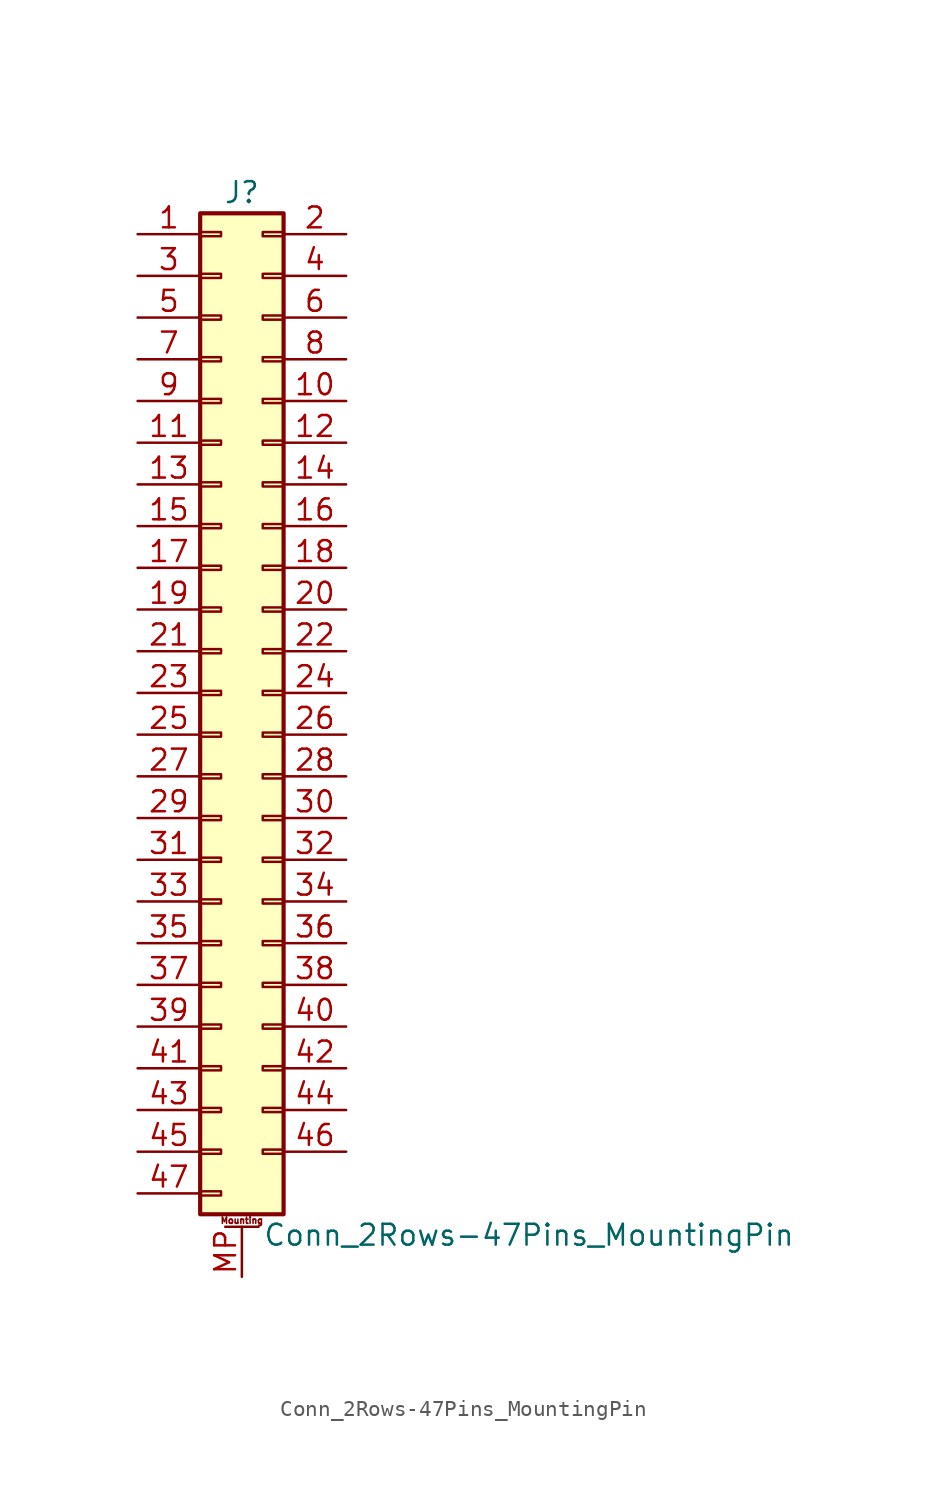
<source format=kicad_sym>
(kicad_symbol_lib
  (version 20200908)
  (generator kicad_symbol_editor)
  (symbol "Connector_Generic_MountingPin:Conn_2Rows-47Pins_MountingPin"
    (pin_names
      (offset 1.016) hide)
    (property "Reference" "J"
      (at 1.27 30.48 0)
      (effects (font (size 1.27 1.27))))
    (property "Value" "Conn_2Rows-47Pins_MountingPin"
      (at 2.54 -33.02 0)
      (effects (font (size 1.27 1.27)) (justify left)))
    (symbol "Conn_2Rows-47Pins_MountingPin_1_1"
      (text "Mounting" (at 1.27 -32.131 0) (effects (font (size 0.381 0.381))))
      (rectangle (start -1.27 -27.813) (end 0 -28.067) (stroke (width 0.152)) (fill (type none)))
      (rectangle (start -1.27 -30.353) (end 0 -30.607) (stroke (width 0.152)) (fill (type none)))
      (rectangle (start -1.27 -4.953) (end 0 -5.207) (stroke (width 0.152)) (fill (type none)))
      (rectangle (start -1.27 -7.493) (end 0 -7.747) (stroke (width 0.152)) (fill (type none)))
      (rectangle (start -1.27 -10.033) (end 0 -10.287) (stroke (width 0.152)) (fill (type none)))
      (rectangle (start -1.27 -12.573) (end 0 -12.827) (stroke (width 0.152)) (fill (type none)))
      (rectangle (start -1.27 -15.113) (end 0 -15.367) (stroke (width 0.152)) (fill (type none)))
      (rectangle (start -1.27 -17.653) (end 0 -17.907) (stroke (width 0.152)) (fill (type none)))
      (rectangle (start -1.27 -20.193) (end 0 -20.447) (stroke (width 0.152)) (fill (type none)))
      (rectangle (start -1.27 -22.733) (end 0 -22.987) (stroke (width 0.152)) (fill (type none)))
      (rectangle (start -1.27 -2.413) (end 0 -2.667) (stroke (width 0.152)) (fill (type none)))
      (rectangle (start -1.27 -25.273) (end 0 -25.527) (stroke (width 0.152)) (fill (type none)))
      (rectangle (start -1.27 25.527) (end 0 25.273) (stroke (width 0.152)) (fill (type none)))
      (rectangle (start -1.27 2.667) (end 0 2.413) (stroke (width 0.152)) (fill (type none)))
      (rectangle (start -1.27 28.067) (end 0 27.813) (stroke (width 0.152)) (fill (type none)))
      (rectangle (start -1.27 29.21) (end 3.81 -31.75) (stroke (width 0.254)) (fill (type background)))
      (rectangle (start -1.27 5.207) (end 0 4.953) (stroke (width 0.152)) (fill (type none)))
      (rectangle (start -1.27 7.747) (end 0 7.493) (stroke (width 0.152)) (fill (type none)))
      (rectangle (start -1.27 10.287) (end 0 10.033) (stroke (width 0.152)) (fill (type none)))
      (rectangle (start -1.27 0.127) (end 0 -0.127) (stroke (width 0.152)) (fill (type none)))
      (rectangle (start -1.27 12.827) (end 0 12.573) (stroke (width 0.152)) (fill (type none)))
      (rectangle (start -1.27 15.367) (end 0 15.113) (stroke (width 0.152)) (fill (type none)))
      (rectangle (start -1.27 17.907) (end 0 17.653) (stroke (width 0.152)) (fill (type none)))
      (rectangle (start -1.27 20.447) (end 0 20.193) (stroke (width 0.152)) (fill (type none)))
      (rectangle (start -1.27 22.987) (end 0 22.733) (stroke (width 0.152)) (fill (type none)))
      (rectangle (start 3.81 -27.813) (end 2.54 -28.067) (stroke (width 0.152)) (fill (type none)))
      (rectangle (start 3.81 -4.953) (end 2.54 -5.207) (stroke (width 0.152)) (fill (type none)))
      (rectangle (start 3.81 -7.493) (end 2.54 -7.747) (stroke (width 0.152)) (fill (type none)))
      (rectangle (start 3.81 -10.033) (end 2.54 -10.287) (stroke (width 0.152)) (fill (type none)))
      (rectangle (start 3.81 -12.573) (end 2.54 -12.827) (stroke (width 0.152)) (fill (type none)))
      (rectangle (start 3.81 -15.113) (end 2.54 -15.367) (stroke (width 0.152)) (fill (type none)))
      (rectangle (start 3.81 -17.653) (end 2.54 -17.907) (stroke (width 0.152)) (fill (type none)))
      (rectangle (start 3.81 -20.193) (end 2.54 -20.447) (stroke (width 0.152)) (fill (type none)))
      (rectangle (start 3.81 -22.733) (end 2.54 -22.987) (stroke (width 0.152)) (fill (type none)))
      (rectangle (start 3.81 -2.413) (end 2.54 -2.667) (stroke (width 0.152)) (fill (type none)))
      (rectangle (start 3.81 -25.273) (end 2.54 -25.527) (stroke (width 0.152)) (fill (type none)))
      (rectangle (start 3.81 25.527) (end 2.54 25.273) (stroke (width 0.152)) (fill (type none)))
      (rectangle (start 3.81 2.667) (end 2.54 2.413) (stroke (width 0.152)) (fill (type none)))
      (rectangle (start 3.81 28.067) (end 2.54 27.813) (stroke (width 0.152)) (fill (type none)))
      (rectangle (start 3.81 5.207) (end 2.54 4.953) (stroke (width 0.152)) (fill (type none)))
      (rectangle (start 3.81 7.747) (end 2.54 7.493) (stroke (width 0.152)) (fill (type none)))
      (rectangle (start 3.81 10.287) (end 2.54 10.033) (stroke (width 0.152)) (fill (type none)))
      (rectangle (start 3.81 0.127) (end 2.54 -0.127) (stroke (width 0.152)) (fill (type none)))
      (rectangle (start 3.81 12.827) (end 2.54 12.573) (stroke (width 0.152)) (fill (type none)))
      (rectangle (start 3.81 15.367) (end 2.54 15.113) (stroke (width 0.152)) (fill (type none)))
      (rectangle (start 3.81 17.907) (end 2.54 17.653) (stroke (width 0.152)) (fill (type none)))
      (rectangle (start 3.81 20.447) (end 2.54 20.193) (stroke (width 0.152)) (fill (type none)))
      (rectangle (start 3.81 22.987) (end 2.54 22.733) (stroke (width 0.152)) (fill (type none)))
      (polyline (pts (xy 0.254 -32.512) (xy 2.286 -32.512)) (stroke (width 0.152)) (fill (type none)))
      (pin passive line (at 1.27 -35.56 90) (length 3.048) (name "MountPin" (effects (font (size 1.27 1.27)))) (number "MP" (effects (font (size 1.27 1.27)))))
      (pin passive line (at -5.08 27.94 0) (length 3.81) (name "Pin_1" (effects (font (size 1.27 1.27)))) (number "1" (effects (font (size 1.27 1.27)))))
      (pin passive line (at 7.62 17.78 180) (length 3.81) (name "Pin_10" (effects (font (size 1.27 1.27)))) (number "10" (effects (font (size 1.27 1.27)))))
      (pin passive line (at -5.08 15.24 0) (length 3.81) (name "Pin_11" (effects (font (size 1.27 1.27)))) (number "11" (effects (font (size 1.27 1.27)))))
      (pin passive line (at 7.62 15.24 180) (length 3.81) (name "Pin_12" (effects (font (size 1.27 1.27)))) (number "12" (effects (font (size 1.27 1.27)))))
      (pin passive line (at -5.08 12.7 0) (length 3.81) (name "Pin_13" (effects (font (size 1.27 1.27)))) (number "13" (effects (font (size 1.27 1.27)))))
      (pin passive line (at 7.62 12.7 180) (length 3.81) (name "Pin_14" (effects (font (size 1.27 1.27)))) (number "14" (effects (font (size 1.27 1.27)))))
      (pin passive line (at -5.08 10.16 0) (length 3.81) (name "Pin_15" (effects (font (size 1.27 1.27)))) (number "15" (effects (font (size 1.27 1.27)))))
      (pin passive line (at 7.62 10.16 180) (length 3.81) (name "Pin_16" (effects (font (size 1.27 1.27)))) (number "16" (effects (font (size 1.27 1.27)))))
      (pin passive line (at -5.08 7.62 0) (length 3.81) (name "Pin_17" (effects (font (size 1.27 1.27)))) (number "17" (effects (font (size 1.27 1.27)))))
      (pin passive line (at 7.62 7.62 180) (length 3.81) (name "Pin_18" (effects (font (size 1.27 1.27)))) (number "18" (effects (font (size 1.27 1.27)))))
      (pin passive line (at -5.08 5.08 0) (length 3.81) (name "Pin_19" (effects (font (size 1.27 1.27)))) (number "19" (effects (font (size 1.27 1.27)))))
      (pin passive line (at 7.62 27.94 180) (length 3.81) (name "Pin_2" (effects (font (size 1.27 1.27)))) (number "2" (effects (font (size 1.27 1.27)))))
      (pin passive line (at 7.62 5.08 180) (length 3.81) (name "Pin_20" (effects (font (size 1.27 1.27)))) (number "20" (effects (font (size 1.27 1.27)))))
      (pin passive line (at -5.08 2.54 0) (length 3.81) (name "Pin_21" (effects (font (size 1.27 1.27)))) (number "21" (effects (font (size 1.27 1.27)))))
      (pin passive line (at 7.62 2.54 180) (length 3.81) (name "Pin_22" (effects (font (size 1.27 1.27)))) (number "22" (effects (font (size 1.27 1.27)))))
      (pin passive line (at -5.08 0 0) (length 3.81) (name "Pin_23" (effects (font (size 1.27 1.27)))) (number "23" (effects (font (size 1.27 1.27)))))
      (pin passive line (at 7.62 0 180) (length 3.81) (name "Pin_24" (effects (font (size 1.27 1.27)))) (number "24" (effects (font (size 1.27 1.27)))))
      (pin passive line (at -5.08 -2.54 0) (length 3.81) (name "Pin_25" (effects (font (size 1.27 1.27)))) (number "25" (effects (font (size 1.27 1.27)))))
      (pin passive line (at 7.62 -2.54 180) (length 3.81) (name "Pin_26" (effects (font (size 1.27 1.27)))) (number "26" (effects (font (size 1.27 1.27)))))
      (pin passive line (at -5.08 -5.08 0) (length 3.81) (name "Pin_27" (effects (font (size 1.27 1.27)))) (number "27" (effects (font (size 1.27 1.27)))))
      (pin passive line (at 7.62 -5.08 180) (length 3.81) (name "Pin_28" (effects (font (size 1.27 1.27)))) (number "28" (effects (font (size 1.27 1.27)))))
      (pin passive line (at -5.08 -7.62 0) (length 3.81) (name "Pin_29" (effects (font (size 1.27 1.27)))) (number "29" (effects (font (size 1.27 1.27)))))
      (pin passive line (at -5.08 25.4 0) (length 3.81) (name "Pin_3" (effects (font (size 1.27 1.27)))) (number "3" (effects (font (size 1.27 1.27)))))
      (pin passive line (at 7.62 -7.62 180) (length 3.81) (name "Pin_30" (effects (font (size 1.27 1.27)))) (number "30" (effects (font (size 1.27 1.27)))))
      (pin passive line (at -5.08 -10.16 0) (length 3.81) (name "Pin_31" (effects (font (size 1.27 1.27)))) (number "31" (effects (font (size 1.27 1.27)))))
      (pin passive line (at 7.62 -10.16 180) (length 3.81) (name "Pin_32" (effects (font (size 1.27 1.27)))) (number "32" (effects (font (size 1.27 1.27)))))
      (pin passive line (at -5.08 -12.7 0) (length 3.81) (name "Pin_33" (effects (font (size 1.27 1.27)))) (number "33" (effects (font (size 1.27 1.27)))))
      (pin passive line (at 7.62 -12.7 180) (length 3.81) (name "Pin_34" (effects (font (size 1.27 1.27)))) (number "34" (effects (font (size 1.27 1.27)))))
      (pin passive line (at -5.08 -15.24 0) (length 3.81) (name "Pin_35" (effects (font (size 1.27 1.27)))) (number "35" (effects (font (size 1.27 1.27)))))
      (pin passive line (at 7.62 -15.24 180) (length 3.81) (name "Pin_36" (effects (font (size 1.27 1.27)))) (number "36" (effects (font (size 1.27 1.27)))))
      (pin passive line (at -5.08 -17.78 0) (length 3.81) (name "Pin_37" (effects (font (size 1.27 1.27)))) (number "37" (effects (font (size 1.27 1.27)))))
      (pin passive line (at 7.62 -17.78 180) (length 3.81) (name "Pin_38" (effects (font (size 1.27 1.27)))) (number "38" (effects (font (size 1.27 1.27)))))
      (pin passive line (at -5.08 -20.32 0) (length 3.81) (name "Pin_39" (effects (font (size 1.27 1.27)))) (number "39" (effects (font (size 1.27 1.27)))))
      (pin passive line (at 7.62 25.4 180) (length 3.81) (name "Pin_4" (effects (font (size 1.27 1.27)))) (number "4" (effects (font (size 1.27 1.27)))))
      (pin passive line (at 7.62 -20.32 180) (length 3.81) (name "Pin_40" (effects (font (size 1.27 1.27)))) (number "40" (effects (font (size 1.27 1.27)))))
      (pin passive line (at -5.08 -22.86 0) (length 3.81) (name "Pin_41" (effects (font (size 1.27 1.27)))) (number "41" (effects (font (size 1.27 1.27)))))
      (pin passive line (at 7.62 -22.86 180) (length 3.81) (name "Pin_42" (effects (font (size 1.27 1.27)))) (number "42" (effects (font (size 1.27 1.27)))))
      (pin passive line (at -5.08 -25.4 0) (length 3.81) (name "Pin_43" (effects (font (size 1.27 1.27)))) (number "43" (effects (font (size 1.27 1.27)))))
      (pin passive line (at 7.62 -25.4 180) (length 3.81) (name "Pin_44" (effects (font (size 1.27 1.27)))) (number "44" (effects (font (size 1.27 1.27)))))
      (pin passive line (at -5.08 -27.94 0) (length 3.81) (name "Pin_45" (effects (font (size 1.27 1.27)))) (number "45" (effects (font (size 1.27 1.27)))))
      (pin passive line (at 7.62 -27.94 180) (length 3.81) (name "Pin_46" (effects (font (size 1.27 1.27)))) (number "46" (effects (font (size 1.27 1.27)))))
      (pin passive line (at -5.08 -30.48 0) (length 3.81) (name "Pin_47" (effects (font (size 1.27 1.27)))) (number "47" (effects (font (size 1.27 1.27)))))
      (pin passive line (at -5.08 22.86 0) (length 3.81) (name "Pin_5" (effects (font (size 1.27 1.27)))) (number "5" (effects (font (size 1.27 1.27)))))
      (pin passive line (at 7.62 22.86 180) (length 3.81) (name "Pin_6" (effects (font (size 1.27 1.27)))) (number "6" (effects (font (size 1.27 1.27)))))
      (pin passive line (at -5.08 20.32 0) (length 3.81) (name "Pin_7" (effects (font (size 1.27 1.27)))) (number "7" (effects (font (size 1.27 1.27)))))
      (pin passive line (at 7.62 20.32 180) (length 3.81) (name "Pin_8" (effects (font (size 1.27 1.27)))) (number "8" (effects (font (size 1.27 1.27)))))
      (pin passive line (at -5.08 17.78 0) (length 3.81) (name "Pin_9" (effects (font (size 1.27 1.27)))) (number "9" (effects (font (size 1.27 1.27))))))))
</source>
